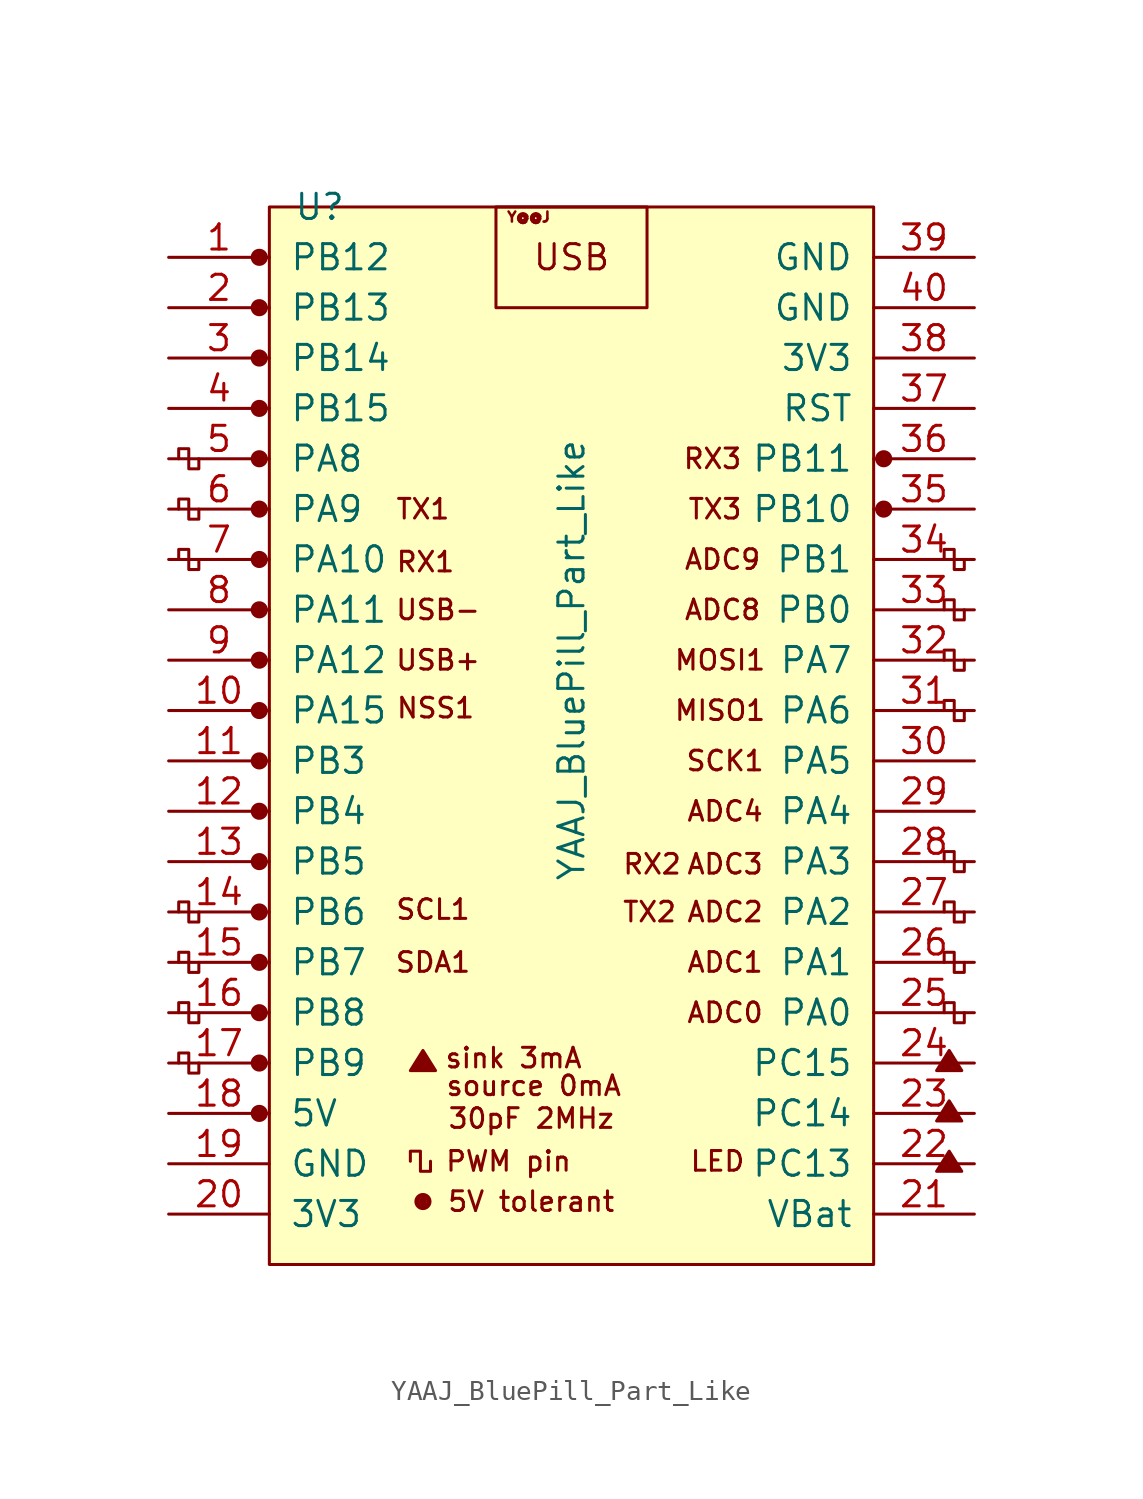
<source format=kicad_sym>
(kicad_symbol_lib
  (version 20241209)
  (generator "kicad_symbol_editor")
  (generator_version "9.0")
  (symbol "YAAJ_BluePill_Part_Like"
    (pin_names
      (offset 1.016))
    (property "Reference" "U"
      (at -12.7 25.4 0)
      (effects (font (size 1.27 1.27))))
    (property "Value" "YAAJ_BluePill_Part_Like"
      (at 0 2.54 90)
      (effects (font (size 1.27 1.27))))
    (symbol "YAAJ_BluePill_Part_Like_0_0"
      (circle (center -15.748 22.86) (radius 0.356) (stroke (width 0) (type solid)) (fill (type outline)))
      (circle (center -15.748 17.78) (radius 0.356) (stroke (width 0) (type solid)) (fill (type outline)))
      (circle (center -15.748 15.24) (radius 0.356) (stroke (width 0) (type solid)) (fill (type outline)))
      (circle (center -15.748 12.7) (radius 0.356) (stroke (width 0) (type solid)) (fill (type outline)))
      (circle (center -15.748 10.16) (radius 0.356) (stroke (width 0) (type solid)) (fill (type outline)))
      (circle (center -15.748 7.62) (radius 0.356) (stroke (width 0) (type solid)) (fill (type outline)))
      (circle (center -15.748 5.08) (radius 0.356) (stroke (width 0) (type solid)) (fill (type outline)))
      (circle (center -15.748 2.54) (radius 0.356) (stroke (width 0) (type solid)) (fill (type outline)))
      (circle (center -15.748 0) (radius 0.356) (stroke (width 0) (type solid)) (fill (type outline)))
      (circle (center -15.748 -2.54) (radius 0.356) (stroke (width 0) (type solid)) (fill (type outline)))
      (circle (center -15.748 -5.08) (radius 0.356) (stroke (width 0) (type solid)) (fill (type outline)))
      (circle (center -15.748 -7.62) (radius 0.356) (stroke (width 0) (type solid)) (fill (type outline)))
      (circle (center -15.748 -10.16) (radius 0.356) (stroke (width 0) (type solid)) (fill (type outline)))
      (circle (center -15.748 -12.7) (radius 0.356) (stroke (width 0) (type solid)) (fill (type outline)))
      (circle (center -15.748 -15.24) (radius 0.356) (stroke (width 0) (type solid)) (fill (type outline)))
      (circle (center -15.748 -17.78) (radius 0.356) (stroke (width 0) (type solid)) (fill (type outline)))
      (circle (center -15.748 -20.32) (radius 0.356) (stroke (width 0) (type solid)) (fill (type outline)))
      (polyline (pts (xy -8.128 -18.161) (xy -7.493 -17.145) (xy -6.858 -18.161) (xy -8.128 -18.161) (xy -7.493 -17.272) (xy -6.985 -18.161) (xy -8.001 -18.034) (xy -7.493 -17.399) (xy -7.112 -18.161) (xy -7.874 -17.907) (xy -7.366 -17.526) (xy -7.239 -18.161) (xy -7.747 -17.78) (xy -7.239 -17.653) (xy -7.366 -18.034) (xy -7.62 -17.78) (xy -7.366 -17.907) (xy -7.493 -17.653)) (stroke (width 0) (type solid)) (fill (type none)))
      (circle (center -7.493 -24.765) (radius 0.127) (stroke (width 0) (type solid)) (fill (type outline)))
      (circle (center -7.493 -24.765) (radius 0.254) (stroke (width 0) (type solid)) (fill (type none)))
      (circle (center -7.493 -24.765) (radius 0.356) (stroke (width 0) (type solid)) (fill (type none)))
      (circle (center 15.748 12.7) (radius 0.254) (stroke (width 0) (type solid)) (fill (type outline)))
      (circle (center 15.748 12.7) (radius 0.356) (stroke (width 0) (type solid)) (fill (type none)))
      (circle (center 15.748 10.16) (radius 0.254) (stroke (width 0) (type solid)) (fill (type outline)))
      (circle (center 15.748 10.16) (radius 0.356) (stroke (width 0) (type solid)) (fill (type none)))
      (polyline (pts (xy 18.415 -18.161) (xy 19.05 -17.145) (xy 19.685 -18.161) (xy 18.415 -18.161) (xy 19.05 -17.272) (xy 19.558 -18.161) (xy 18.542 -18.034) (xy 19.05 -17.399) (xy 19.431 -18.161) (xy 18.669 -17.907) (xy 19.177 -17.526) (xy 19.304 -18.161) (xy 18.796 -17.78) (xy 19.304 -17.653) (xy 19.177 -18.034) (xy 18.923 -17.78) (xy 19.177 -17.907) (xy 19.05 -17.653)) (stroke (width 0) (type solid)) (fill (type none)))
      (polyline (pts (xy 18.415 -20.701) (xy 19.05 -19.685) (xy 19.685 -20.701) (xy 18.415 -20.701) (xy 19.05 -19.812) (xy 19.558 -20.701) (xy 18.542 -20.574) (xy 19.05 -19.939) (xy 19.431 -20.701) (xy 18.669 -20.447) (xy 19.177 -20.066) (xy 19.304 -20.701) (xy 18.796 -20.32) (xy 19.304 -20.193) (xy 19.177 -20.574) (xy 18.923 -20.32) (xy 19.177 -20.447) (xy 19.05 -20.193)) (stroke (width 0) (type solid)) (fill (type none)))
      (polyline (pts (xy 18.415 -23.241) (xy 19.05 -22.225) (xy 19.685 -23.241) (xy 18.415 -23.241) (xy 19.05 -22.352) (xy 19.558 -23.241) (xy 18.542 -23.114) (xy 19.05 -22.479) (xy 19.431 -23.241) (xy 18.669 -22.987) (xy 19.177 -22.606) (xy 19.304 -23.241) (xy 18.796 -22.86) (xy 19.304 -22.733) (xy 19.177 -23.114) (xy 18.923 -22.86) (xy 19.177 -22.987) (xy 19.05 -22.733)) (stroke (width 0) (type solid)) (fill (type none)))
      (text "TX1" (at -7.493 10.16 0) (effects (font (size 0.991 0.991))))
      (text "RX1" (at -7.366 7.493 0) (effects (font (size 0.991 0.991))))
      (text "SCL1" (at -6.985 -10.033 0) (effects (font (size 0.991 0.991))))
      (text "SDA1" (at -6.985 -12.7 0) (effects (font (size 0.991 0.991))))
      (text "NSS1" (at -6.858 0.127 0) (effects (font (size 0.991 0.991))))
      (text "USB-" (at -6.731 5.08 0) (effects (font (size 0.991 0.991))))
      (text "USB+" (at -6.731 2.54 0) (effects (font (size 0.991 0.991))))
      (text "PWM pin" (at -3.175 -22.733 0) (effects (font (size 0.991 0.991))))
      (text "sink 3mA" (at -2.921 -17.526 0) (effects (font (size 0.991 0.991))))
      (text "Y@@J" (at -2.159 24.892 0) (effects (font (size 0.508 0.508))))
      (text "30pF 2MHz" (at -2.032 -20.574 0) (effects (font (size 0.991 0.991))))
      (text "5V tolerant" (at -2.032 -24.765 0) (effects (font (size 0.991 0.991))))
      (text "source 0mA" (at -1.905 -18.923 0) (effects (font (size 0.991 0.991))))
      (text "USB" (at 0 22.86 0) (effects (font (size 1.27 1.27))))
      (text "TX2" (at 3.937 -10.16 0) (effects (font (size 0.991 0.991))))
      (text "RX2" (at 4.064 -7.747 0) (effects (font (size 0.991 0.991))))
      (text "RX3" (at 7.112 12.7 0) (effects (font (size 0.991 0.991))))
      (text "TX3" (at 7.239 10.16 0) (effects (font (size 0.991 0.991))))
      (text "LED" (at 7.366 -22.733 0) (effects (font (size 0.991 0.991))))
      (text "MOSI1" (at 7.493 2.54 0) (effects (font (size 0.991 0.991))))
      (text "MISO1" (at 7.493 0 0) (effects (font (size 0.991 0.991))))
      (text "ADC9" (at 7.62 7.62 0) (effects (font (size 0.991 0.991))))
      (text "ADC8" (at 7.62 5.08 0) (effects (font (size 0.991 0.991))))
      (text "SCK1" (at 7.747 -2.54 0) (effects (font (size 0.991 0.991))))
      (text "ADC4" (at 7.747 -5.08 0) (effects (font (size 0.991 0.991))))
      (text "ADC3" (at 7.747 -7.747 0) (effects (font (size 0.991 0.991))))
      (text "ADC2" (at 7.747 -10.16 0) (effects (font (size 0.991 0.991))))
      (text "ADC1" (at 7.747 -12.7 0) (effects (font (size 0.991 0.991))))
      (text "ADC0" (at 7.747 -15.24 0) (effects (font (size 0.991 0.991)))))
    (symbol "YAAJ_BluePill_Part_Like_0_1"
      (polyline (pts (xy -18.796 12.7) (xy -18.796 12.192) (xy -19.304 12.192) (xy -19.304 13.208) (xy -19.812 13.208) (xy -19.812 12.7)) (stroke (width 0) (type solid)) (fill (type none)))
      (polyline (pts (xy -18.796 10.16) (xy -18.796 9.652) (xy -19.304 9.652) (xy -19.304 10.668) (xy -19.812 10.668) (xy -19.812 10.16)) (stroke (width 0) (type solid)) (fill (type none)))
      (polyline (pts (xy -18.796 7.62) (xy -18.796 7.112) (xy -19.304 7.112) (xy -19.304 8.128) (xy -19.812 8.128) (xy -19.812 7.62)) (stroke (width 0) (type solid)) (fill (type none)))
      (polyline (pts (xy -18.796 -10.16) (xy -18.796 -10.668) (xy -19.304 -10.668) (xy -19.304 -9.652) (xy -19.812 -9.652) (xy -19.812 -10.16)) (stroke (width 0) (type solid)) (fill (type none)))
      (polyline (pts (xy -18.796 -12.7) (xy -18.796 -13.208) (xy -19.304 -13.208) (xy -19.304 -12.192) (xy -19.812 -12.192) (xy -19.812 -12.7)) (stroke (width 0) (type solid)) (fill (type none)))
      (polyline (pts (xy -18.796 -15.24) (xy -18.796 -15.748) (xy -19.304 -15.748) (xy -19.304 -14.732) (xy -19.812 -14.732) (xy -19.812 -15.24)) (stroke (width 0) (type solid)) (fill (type none)))
      (polyline (pts (xy -18.796 -17.78) (xy -18.796 -18.288) (xy -19.304 -18.288) (xy -19.304 -17.272) (xy -19.812 -17.272) (xy -19.812 -17.78)) (stroke (width 0) (type solid)) (fill (type none)))
      (rectangle (start -15.24 25.4) (end 15.24 -27.94) (stroke (width 0) (type solid)) (fill (type background)))
      (polyline (pts (xy -7.112 -22.733) (xy -7.112 -23.241) (xy -7.62 -23.241) (xy -7.62 -22.225) (xy -8.128 -22.225) (xy -8.128 -22.733)) (stroke (width 0) (type solid)) (fill (type none)))
      (rectangle (start 3.81 25.4) (end -3.81 20.32) (stroke (width 0) (type solid)) (fill (type none)))
      (polyline (pts (xy 19.812 7.62) (xy 19.812 7.112) (xy 19.304 7.112) (xy 19.304 8.128) (xy 18.796 8.128) (xy 18.796 7.62)) (stroke (width 0) (type solid)) (fill (type none)))
      (polyline (pts (xy 19.812 5.08) (xy 19.812 4.572) (xy 19.304 4.572) (xy 19.304 5.588) (xy 18.796 5.588) (xy 18.796 5.08)) (stroke (width 0) (type solid)) (fill (type none)))
      (polyline (pts (xy 19.812 2.54) (xy 19.812 2.032) (xy 19.304 2.032) (xy 19.304 3.048) (xy 18.796 3.048) (xy 18.796 2.54)) (stroke (width 0) (type solid)) (fill (type none)))
      (polyline (pts (xy 19.812 0) (xy 19.812 -0.508) (xy 19.304 -0.508) (xy 19.304 0.508) (xy 18.796 0.508) (xy 18.796 0)) (stroke (width 0) (type solid)) (fill (type none)))
      (polyline (pts (xy 19.812 -7.62) (xy 19.812 -8.128) (xy 19.304 -8.128) (xy 19.304 -7.112) (xy 18.796 -7.112) (xy 18.796 -7.62)) (stroke (width 0) (type solid)) (fill (type none)))
      (polyline (pts (xy 19.812 -10.16) (xy 19.812 -10.668) (xy 19.304 -10.668) (xy 19.304 -9.652) (xy 18.796 -9.652) (xy 18.796 -10.16)) (stroke (width 0) (type solid)) (fill (type none)))
      (polyline (pts (xy 19.812 -12.7) (xy 19.812 -13.208) (xy 19.304 -13.208) (xy 19.304 -12.192) (xy 18.796 -12.192) (xy 18.796 -12.7)) (stroke (width 0) (type solid)) (fill (type none)))
      (polyline (pts (xy 19.812 -15.24) (xy 19.812 -15.748) (xy 19.304 -15.748) (xy 19.304 -14.732) (xy 18.796 -14.732) (xy 18.796 -15.24)) (stroke (width 0) (type solid)) (fill (type none))))
    (symbol "YAAJ_BluePill_Part_Like_1_1"
      (circle (center -15.748 20.32) (radius 0.356) (stroke (width 0) (type solid)) (fill (type outline)))
      (pin bidirectional line (at -20.32 22.86 0) (length 5.08) (name "PB12" (effects (font (size 1.27 1.27)))) (number "1" (effects (font (size 1.27 1.27)))))
      (pin bidirectional line (at -20.32 20.32 0) (length 5.08) (name "PB13" (effects (font (size 1.27 1.27)))) (number "2" (effects (font (size 1.27 1.27)))))
      (pin bidirectional line (at -20.32 17.78 0) (length 5.08) (name "PB14" (effects (font (size 1.27 1.27)))) (number "3" (effects (font (size 1.27 1.27)))))
      (pin bidirectional line (at -20.32 15.24 0) (length 5.08) (name "PB15" (effects (font (size 1.27 1.27)))) (number "4" (effects (font (size 1.27 1.27)))))
      (pin bidirectional line (at -20.32 12.7 0) (length 5.08) (name "PA8" (effects (font (size 1.27 1.27)))) (number "5" (effects (font (size 1.27 1.27)))))
      (pin bidirectional line (at -20.32 10.16 0) (length 5.08) (name "PA9" (effects (font (size 1.27 1.27)))) (number "6" (effects (font (size 1.27 1.27)))))
      (pin bidirectional line (at -20.32 7.62 0) (length 5.08) (name "PA10" (effects (font (size 1.27 1.27)))) (number "7" (effects (font (size 1.27 1.27)))))
      (pin bidirectional line (at -20.32 5.08 0) (length 5.08) (name "PA11" (effects (font (size 1.27 1.27)))) (number "8" (effects (font (size 1.27 1.27)))))
      (pin bidirectional line (at -20.32 2.54 0) (length 5.08) (name "PA12" (effects (font (size 1.27 1.27)))) (number "9" (effects (font (size 1.27 1.27)))))
      (pin bidirectional line (at -20.32 0 0) (length 5.08) (name "PA15" (effects (font (size 1.27 1.27)))) (number "10" (effects (font (size 1.27 1.27)))))
      (pin bidirectional line (at -20.32 -2.54 0) (length 5.08) (name "PB3" (effects (font (size 1.27 1.27)))) (number "11" (effects (font (size 1.27 1.27)))))
      (pin bidirectional line (at -20.32 -5.08 0) (length 5.08) (name "PB4" (effects (font (size 1.27 1.27)))) (number "12" (effects (font (size 1.27 1.27)))))
      (pin bidirectional line (at -20.32 -7.62 0) (length 5.08) (name "PB5" (effects (font (size 1.27 1.27)))) (number "13" (effects (font (size 1.27 1.27)))))
      (pin bidirectional line (at -20.32 -10.16 0) (length 5.08) (name "PB6" (effects (font (size 1.27 1.27)))) (number "14" (effects (font (size 1.27 1.27)))))
      (pin bidirectional line (at -20.32 -12.7 0) (length 5.08) (name "PB7" (effects (font (size 1.27 1.27)))) (number "15" (effects (font (size 1.27 1.27)))))
      (pin bidirectional line (at -20.32 -15.24 0) (length 5.08) (name "PB8" (effects (font (size 1.27 1.27)))) (number "16" (effects (font (size 1.27 1.27)))))
      (pin bidirectional line (at -20.32 -17.78 0) (length 5.08) (name "PB9" (effects (font (size 1.27 1.27)))) (number "17" (effects (font (size 1.27 1.27)))))
      (pin power_in line (at -20.32 -20.32 0) (length 5.08) (name "5V" (effects (font (size 1.27 1.27)))) (number "18" (effects (font (size 1.27 1.27)))))
      (pin power_in line (at -20.32 -22.86 0) (length 5.08) (name "GND" (effects (font (size 1.27 1.27)))) (number "19" (effects (font (size 1.27 1.27)))))
      (pin power_in line (at -20.32 -25.4 0) (length 5.08) (name "3V3" (effects (font (size 1.27 1.27)))) (number "20" (effects (font (size 1.27 1.27)))))
      (pin power_in line (at 20.32 22.86 180) (length 5.08) (name "GND" (effects (font (size 1.27 1.27)))) (number "39" (effects (font (size 1.27 1.27)))))
      (pin power_in line (at 20.32 20.32 180) (length 5.08) (name "GND" (effects (font (size 1.27 1.27)))) (number "40" (effects (font (size 1.27 1.27)))))
      (pin power_in line (at 20.32 17.78 180) (length 5.08) (name "3V3" (effects (font (size 1.27 1.27)))) (number "38" (effects (font (size 1.27 1.27)))))
      (pin input line (at 20.32 15.24 180) (length 5.08) (name "RST" (effects (font (size 1.27 1.27)))) (number "37" (effects (font (size 1.27 1.27)))))
      (pin bidirectional line (at 20.32 12.7 180) (length 5.08) (name "PB11" (effects (font (size 1.27 1.27)))) (number "36" (effects (font (size 1.27 1.27)))))
      (pin bidirectional line (at 20.32 10.16 180) (length 5.08) (name "PB10" (effects (font (size 1.27 1.27)))) (number "35" (effects (font (size 1.27 1.27)))))
      (pin bidirectional line (at 20.32 7.62 180) (length 5.08) (name "PB1" (effects (font (size 1.27 1.27)))) (number "34" (effects (font (size 1.27 1.27)))))
      (pin bidirectional line (at 20.32 5.08 180) (length 5.08) (name "PB0" (effects (font (size 1.27 1.27)))) (number "33" (effects (font (size 1.27 1.27)))))
      (pin bidirectional line (at 20.32 2.54 180) (length 5.08) (name "PA7" (effects (font (size 1.27 1.27)))) (number "32" (effects (font (size 1.27 1.27)))))
      (pin bidirectional line (at 20.32 0 180) (length 5.08) (name "PA6" (effects (font (size 1.27 1.27)))) (number "31" (effects (font (size 1.27 1.27)))))
      (pin bidirectional line (at 20.32 -2.54 180) (length 5.08) (name "PA5" (effects (font (size 1.27 1.27)))) (number "30" (effects (font (size 1.27 1.27)))))
      (pin bidirectional line (at 20.32 -5.08 180) (length 5.08) (name "PA4" (effects (font (size 1.27 1.27)))) (number "29" (effects (font (size 1.27 1.27)))))
      (pin bidirectional line (at 20.32 -7.62 180) (length 5.08) (name "PA3" (effects (font (size 1.27 1.27)))) (number "28" (effects (font (size 1.27 1.27)))))
      (pin bidirectional line (at 20.32 -10.16 180) (length 5.08) (name "PA2" (effects (font (size 1.27 1.27)))) (number "27" (effects (font (size 1.27 1.27)))))
      (pin bidirectional line (at 20.32 -12.7 180) (length 5.08) (name "PA1" (effects (font (size 1.27 1.27)))) (number "26" (effects (font (size 1.27 1.27)))))
      (pin bidirectional line (at 20.32 -15.24 180) (length 5.08) (name "PA0" (effects (font (size 1.27 1.27)))) (number "25" (effects (font (size 1.27 1.27)))))
      (pin bidirectional line (at 20.32 -17.78 180) (length 5.08) (name "PC15" (effects (font (size 1.27 1.27)))) (number "24" (effects (font (size 1.27 1.27)))))
      (pin bidirectional line (at 20.32 -20.32 180) (length 5.08) (name "PC14" (effects (font (size 1.27 1.27)))) (number "23" (effects (font (size 1.27 1.27)))))
      (pin bidirectional line (at 20.32 -22.86 180) (length 5.08) (name "PC13" (effects (font (size 1.27 1.27)))) (number "22" (effects (font (size 1.27 1.27)))))
      (pin power_in line (at 20.32 -25.4 180) (length 5.08) (name "VBat" (effects (font (size 1.27 1.27)))) (number "21" (effects (font (size 1.27 1.27))))))))
</source>
